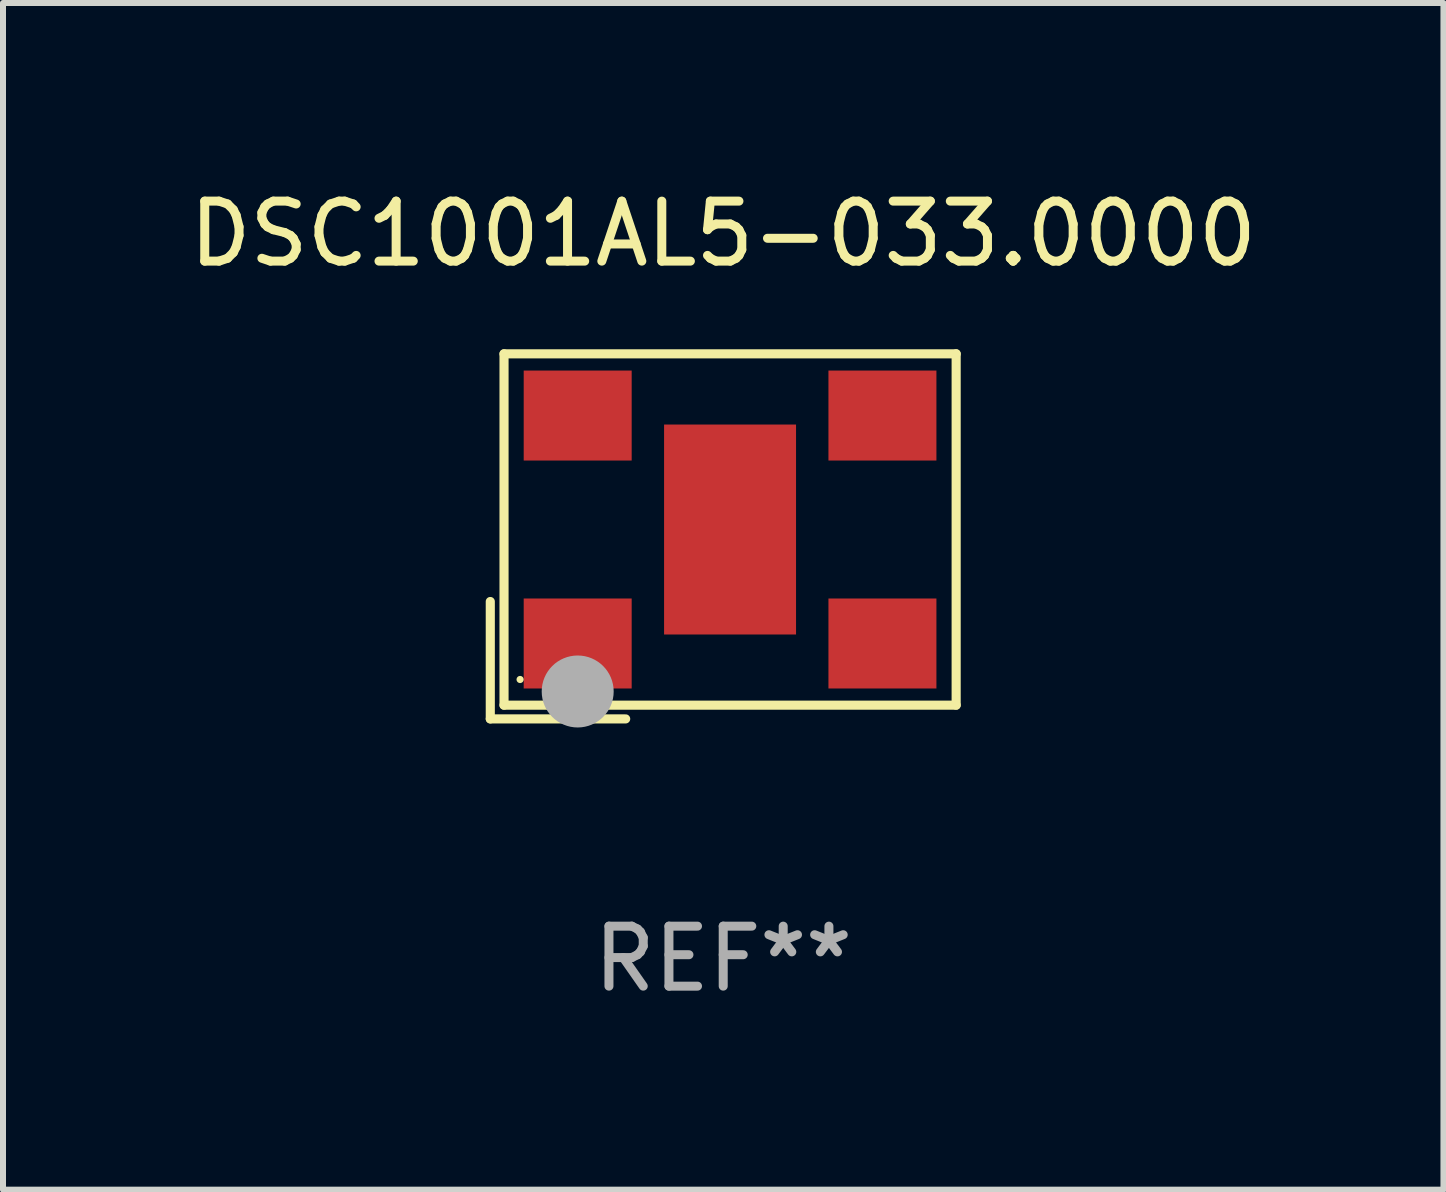
<source format=kicad_pcb>
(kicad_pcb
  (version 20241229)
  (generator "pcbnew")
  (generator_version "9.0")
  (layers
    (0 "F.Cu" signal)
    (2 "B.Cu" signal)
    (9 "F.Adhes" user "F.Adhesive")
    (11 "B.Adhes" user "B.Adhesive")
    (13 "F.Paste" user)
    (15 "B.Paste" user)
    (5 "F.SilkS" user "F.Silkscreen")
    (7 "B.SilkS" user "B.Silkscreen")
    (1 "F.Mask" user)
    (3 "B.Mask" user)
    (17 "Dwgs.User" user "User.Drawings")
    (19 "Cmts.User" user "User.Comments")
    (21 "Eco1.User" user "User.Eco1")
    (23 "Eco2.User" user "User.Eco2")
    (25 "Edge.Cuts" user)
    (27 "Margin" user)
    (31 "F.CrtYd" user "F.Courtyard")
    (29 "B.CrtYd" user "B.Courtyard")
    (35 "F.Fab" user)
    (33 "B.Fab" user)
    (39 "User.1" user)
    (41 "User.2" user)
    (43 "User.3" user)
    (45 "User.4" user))
  (footprint "DSC1001AL5-033.0000"
    (layer "F.Cu")
    (at 9.006 5.891)
    (property "Reference" "DSC1001AL5-033.0000" (at 0 -5.043 0) (layer "F.SilkS") (effects (font (size 1 1) (thickness 0.15))))
    (attr through_hole)
    (fp_line (start -3.883 1.086) (end -3.883 3.043) (stroke (width 0.152) (type solid)) (layer "F.SilkS"))
    (fp_line (start -3.883 3.043) (end -1.626 3.043) (stroke (width 0.152) (type solid)) (layer "F.SilkS"))
    (fp_line (start -3.654 -3.043) (end 3.883 -3.043) (stroke (width 0.152) (type solid)) (layer "F.SilkS"))
    (fp_line (start -3.654 2.814) (end -3.654 -3.043) (stroke (width 0.152) (type solid)) (layer "F.SilkS"))
    (fp_line (start 3.883 -3.043) (end 3.883 2.814) (stroke (width 0.152) (type solid)) (layer "F.SilkS"))
    (fp_line (start 3.883 2.814) (end -3.654 2.814) (stroke (width 0.152) (type solid)) (layer "F.SilkS"))
    (fp_circle (center -3.386 2.386) (end -3.356 2.386) (stroke (width 0.06) (type solid)) (fill no) (layer "F.SilkS"))
    (fp_circle (center -2.426 2.586) (end -2.126 2.586) (stroke (width 0.6) (type solid)) (fill no) (layer "F.Fab"))
    (fp_text user "REF**" (at 0 7.043 0) (layer "F.Fab") (effects (font (size 1 1) (thickness 0.15))))
    (pad "1" smd rect (at -2.426 1.786) (size 1.8 1.5) (layers "F.Cu" "F.Mask" "F.Paste"))
    (pad "2" smd rect (at 2.654 1.786) (size 1.8 1.5) (layers "F.Cu" "F.Mask" "F.Paste"))
    (pad "3" smd rect (at 2.654 -2.014) (size 1.8 1.5) (layers "F.Cu" "F.Mask" "F.Paste"))
    (pad "4" smd rect (at -2.426 -2.014) (size 1.8 1.5) (layers "F.Cu" "F.Mask" "F.Paste"))
    (pad "5" smd rect (at 0.114 -0.114) (size 2.2 3.5) (layers "F.Cu" "F.Mask" "F.Paste")))
  (gr_rect
    (start -3 -3)
    (end 21.012 16.782)
    (stroke (width 0.1) (type default))
    (fill no)
    (layer "Edge.Cuts")))
</source>
